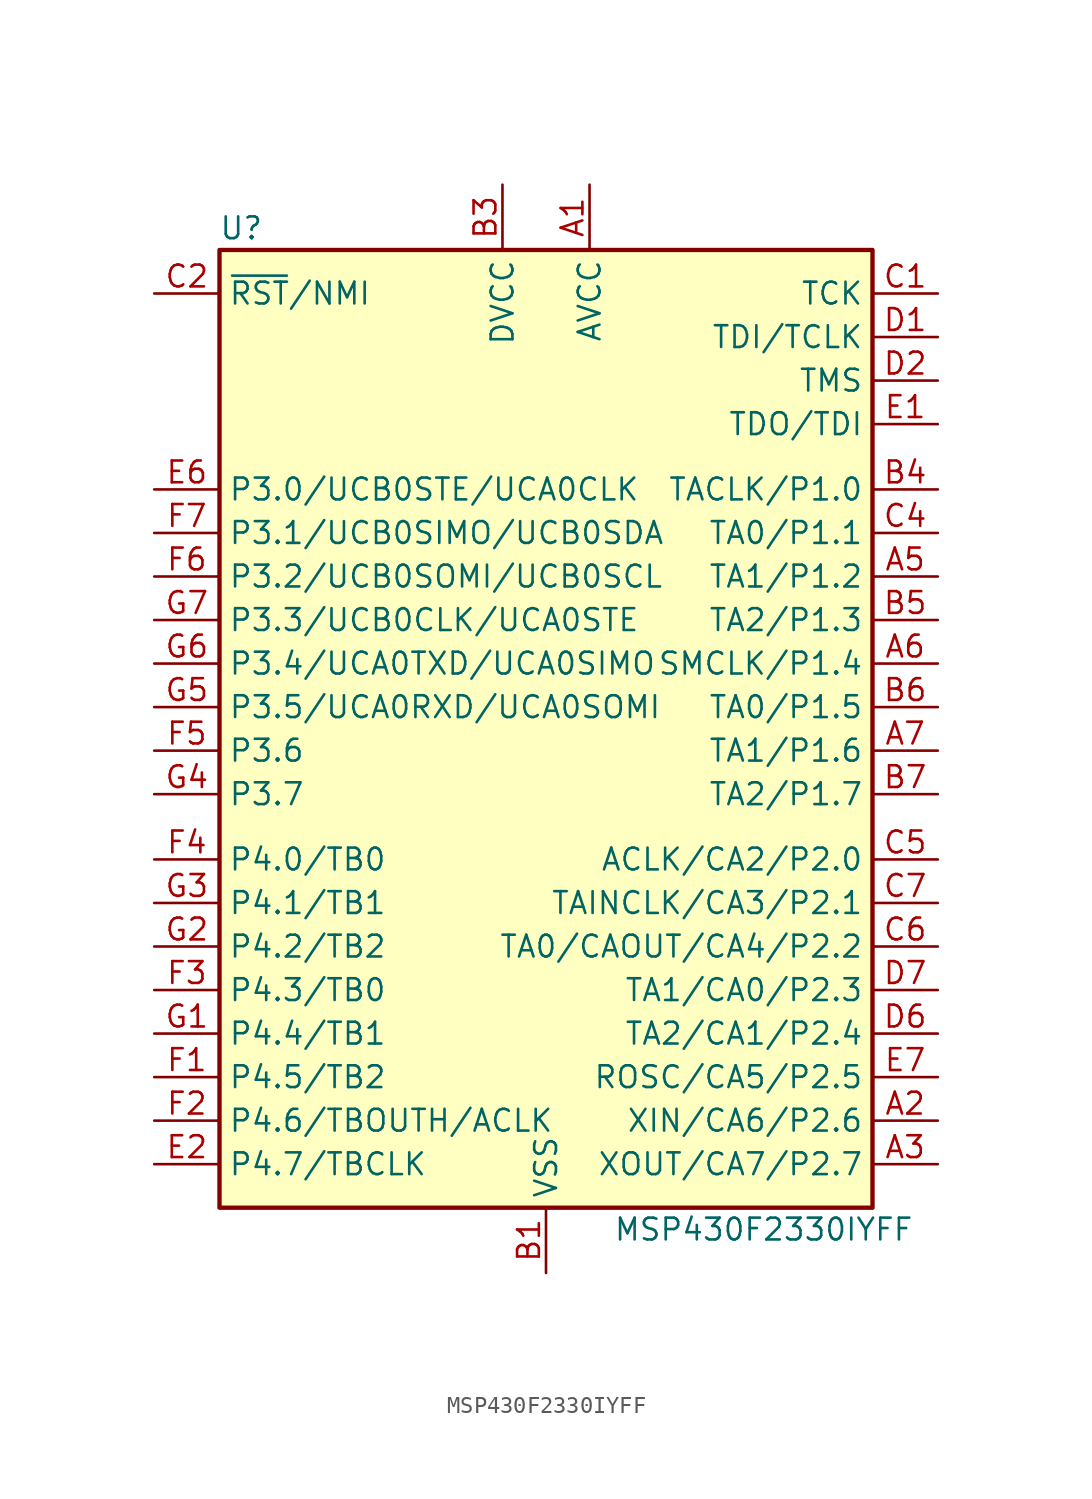
<source format=kicad_sym>
(kicad_symbol_lib
  (version 20201005)
  (generator kicad_symbol_editor)
  (symbol "MCU_Texas_MSP430:MSP430F2330IYFF"
    (property "Reference" "U"
      (at -17.78 29.21 0)
      (effects (font (size 1.27 1.27))))
    (property "Value" "MSP430F2330IYFF"
      (at 12.7 -29.21 0)
      (effects (font (size 1.27 1.27))))
    (symbol "MSP430F2330IYFF_0_1"
      (rectangle (start -19.05 27.94) (end 19.05 -27.94) (stroke (width 0.254)) (fill (type background))))
    (symbol "MSP430F2330IYFF_1_1"
      (pin power_in line (at 2.54 31.75 270) (length 3.81) (name "AVCC" (effects (font (size 1.27 1.27)))) (number "A1" (effects (font (size 1.27 1.27)))))
      (pin bidirectional line (at 22.86 -22.86 180) (length 3.81) (name "XIN/CA6/P2.6" (effects (font (size 1.27 1.27)))) (number "A2" (effects (font (size 1.27 1.27)))))
      (pin bidirectional line (at 22.86 -25.4 180) (length 3.81) (name "XOUT/CA7/P2.7" (effects (font (size 1.27 1.27)))) (number "A3" (effects (font (size 1.27 1.27)))))
      (pin bidirectional line (at 22.86 8.89 180) (length 3.81) (name "TA1/P1.2" (effects (font (size 1.27 1.27)))) (number "A5" (effects (font (size 1.27 1.27)))))
      (pin bidirectional line (at 22.86 3.81 180) (length 3.81) (name "SMCLK/P1.4" (effects (font (size 1.27 1.27)))) (number "A6" (effects (font (size 1.27 1.27)))))
      (pin bidirectional line (at 22.86 -1.27 180) (length 3.81) (name "TA1/P1.6" (effects (font (size 1.27 1.27)))) (number "A7" (effects (font (size 1.27 1.27)))))
      (pin power_in line (at 0 -31.75 90) (length 3.81) (name "VSS" (effects (font (size 1.27 1.27)))) (number "B1" (effects (font (size 1.27 1.27)))))
      (pin power_in line (at -2.54 31.75 270) (length 3.81) (name "DVCC" (effects (font (size 1.27 1.27)))) (number "B3" (effects (font (size 1.27 1.27)))))
      (pin bidirectional line (at 22.86 13.97 180) (length 3.81) (name "TACLK/P1.0" (effects (font (size 1.27 1.27)))) (number "B4" (effects (font (size 1.27 1.27)))))
      (pin bidirectional line (at 22.86 6.35 180) (length 3.81) (name "TA2/P1.3" (effects (font (size 1.27 1.27)))) (number "B5" (effects (font (size 1.27 1.27)))))
      (pin bidirectional line (at 22.86 1.27 180) (length 3.81) (name "TA0/P1.5" (effects (font (size 1.27 1.27)))) (number "B6" (effects (font (size 1.27 1.27)))))
      (pin bidirectional line (at 22.86 -3.81 180) (length 3.81) (name "TA2/P1.7" (effects (font (size 1.27 1.27)))) (number "B7" (effects (font (size 1.27 1.27)))))
      (pin input line (at 22.86 25.4 180) (length 3.81) (name "TCK" (effects (font (size 1.27 1.27)))) (number "C1" (effects (font (size 1.27 1.27)))))
      (pin input line (at -22.86 25.4 0) (length 3.81) (name "~RST~/NMI" (effects (font (size 1.27 1.27)))) (number "C2" (effects (font (size 1.27 1.27)))))
      (pin bidirectional line (at 22.86 11.43 180) (length 3.81) (name "TA0/P1.1" (effects (font (size 1.27 1.27)))) (number "C4" (effects (font (size 1.27 1.27)))))
      (pin bidirectional line (at 22.86 -7.62 180) (length 3.81) (name "ACLK/CA2/P2.0" (effects (font (size 1.27 1.27)))) (number "C5" (effects (font (size 1.27 1.27)))))
      (pin bidirectional line (at 22.86 -12.7 180) (length 3.81) (name "TA0/CAOUT/CA4/P2.2" (effects (font (size 1.27 1.27)))) (number "C6" (effects (font (size 1.27 1.27)))))
      (pin bidirectional line (at 22.86 -10.16 180) (length 3.81) (name "TAINCLK/CA3/P2.1" (effects (font (size 1.27 1.27)))) (number "C7" (effects (font (size 1.27 1.27)))))
      (pin input line (at 22.86 22.86 180) (length 3.81) (name "TDI/TCLK" (effects (font (size 1.27 1.27)))) (number "D1" (effects (font (size 1.27 1.27)))))
      (pin input line (at 22.86 20.32 180) (length 3.81) (name "TMS" (effects (font (size 1.27 1.27)))) (number "D2" (effects (font (size 1.27 1.27)))))
      (pin bidirectional line (at 22.86 -17.78 180) (length 3.81) (name "TA2/CA1/P2.4" (effects (font (size 1.27 1.27)))) (number "D6" (effects (font (size 1.27 1.27)))))
      (pin bidirectional line (at 22.86 -15.24 180) (length 3.81) (name "TA1/CA0/P2.3" (effects (font (size 1.27 1.27)))) (number "D7" (effects (font (size 1.27 1.27)))))
      (pin bidirectional line (at 22.86 17.78 180) (length 3.81) (name "TDO/TDI" (effects (font (size 1.27 1.27)))) (number "E1" (effects (font (size 1.27 1.27)))))
      (pin bidirectional line (at -22.86 -25.4 0) (length 3.81) (name "P4.7/TBCLK" (effects (font (size 1.27 1.27)))) (number "E2" (effects (font (size 1.27 1.27)))))
      (pin bidirectional line (at -22.86 13.97 0) (length 3.81) (name "P3.0/UCB0STE/UCA0CLK" (effects (font (size 1.27 1.27)))) (number "E6" (effects (font (size 1.27 1.27)))))
      (pin bidirectional line (at 22.86 -20.32 180) (length 3.81) (name "ROSC/CA5/P2.5" (effects (font (size 1.27 1.27)))) (number "E7" (effects (font (size 1.27 1.27)))))
      (pin bidirectional line (at -22.86 -20.32 0) (length 3.81) (name "P4.5/TB2" (effects (font (size 1.27 1.27)))) (number "F1" (effects (font (size 1.27 1.27)))))
      (pin bidirectional line (at -22.86 -22.86 0) (length 3.81) (name "P4.6/TBOUTH/ACLK" (effects (font (size 1.27 1.27)))) (number "F2" (effects (font (size 1.27 1.27)))))
      (pin bidirectional line (at -22.86 -15.24 0) (length 3.81) (name "P4.3/TB0" (effects (font (size 1.27 1.27)))) (number "F3" (effects (font (size 1.27 1.27)))))
      (pin bidirectional line (at -22.86 -7.62 0) (length 3.81) (name "P4.0/TB0" (effects (font (size 1.27 1.27)))) (number "F4" (effects (font (size 1.27 1.27)))))
      (pin bidirectional line (at -22.86 -1.27 0) (length 3.81) (name "P3.6" (effects (font (size 1.27 1.27)))) (number "F5" (effects (font (size 1.27 1.27)))))
      (pin bidirectional line (at -22.86 8.89 0) (length 3.81) (name "P3.2/UCB0SOMI/UCB0SCL" (effects (font (size 1.27 1.27)))) (number "F6" (effects (font (size 1.27 1.27)))))
      (pin bidirectional line (at -22.86 11.43 0) (length 3.81) (name "P3.1/UCB0SIMO/UCB0SDA" (effects (font (size 1.27 1.27)))) (number "F7" (effects (font (size 1.27 1.27)))))
      (pin bidirectional line (at -22.86 -17.78 0) (length 3.81) (name "P4.4/TB1" (effects (font (size 1.27 1.27)))) (number "G1" (effects (font (size 1.27 1.27)))))
      (pin bidirectional line (at -22.86 -12.7 0) (length 3.81) (name "P4.2/TB2" (effects (font (size 1.27 1.27)))) (number "G2" (effects (font (size 1.27 1.27)))))
      (pin bidirectional line (at -22.86 -10.16 0) (length 3.81) (name "P4.1/TB1" (effects (font (size 1.27 1.27)))) (number "G3" (effects (font (size 1.27 1.27)))))
      (pin bidirectional line (at -22.86 -3.81 0) (length 3.81) (name "P3.7" (effects (font (size 1.27 1.27)))) (number "G4" (effects (font (size 1.27 1.27)))))
      (pin bidirectional line (at -22.86 1.27 0) (length 3.81) (name "P3.5/UCA0RXD/UCA0SOMI" (effects (font (size 1.27 1.27)))) (number "G5" (effects (font (size 1.27 1.27)))))
      (pin bidirectional line (at -22.86 3.81 0) (length 3.81) (name "P3.4/UCA0TXD/UCA0SIMO" (effects (font (size 1.27 1.27)))) (number "G6" (effects (font (size 1.27 1.27)))))
      (pin bidirectional line (at -22.86 6.35 0) (length 3.81) (name "P3.3/UCB0CLK/UCA0STE" (effects (font (size 1.27 1.27)))) (number "G7" (effects (font (size 1.27 1.27))))))))
</source>
